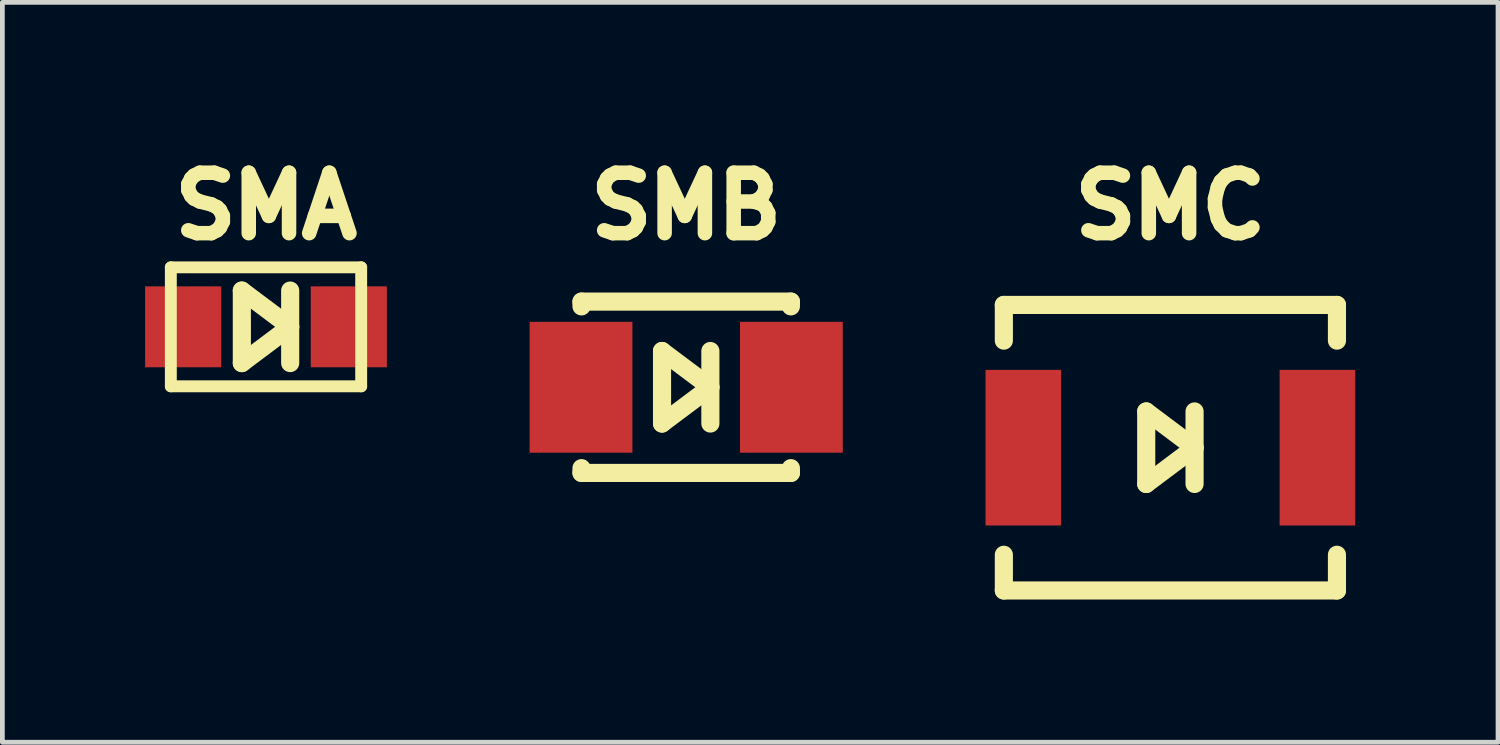
<source format=kicad_pcb>
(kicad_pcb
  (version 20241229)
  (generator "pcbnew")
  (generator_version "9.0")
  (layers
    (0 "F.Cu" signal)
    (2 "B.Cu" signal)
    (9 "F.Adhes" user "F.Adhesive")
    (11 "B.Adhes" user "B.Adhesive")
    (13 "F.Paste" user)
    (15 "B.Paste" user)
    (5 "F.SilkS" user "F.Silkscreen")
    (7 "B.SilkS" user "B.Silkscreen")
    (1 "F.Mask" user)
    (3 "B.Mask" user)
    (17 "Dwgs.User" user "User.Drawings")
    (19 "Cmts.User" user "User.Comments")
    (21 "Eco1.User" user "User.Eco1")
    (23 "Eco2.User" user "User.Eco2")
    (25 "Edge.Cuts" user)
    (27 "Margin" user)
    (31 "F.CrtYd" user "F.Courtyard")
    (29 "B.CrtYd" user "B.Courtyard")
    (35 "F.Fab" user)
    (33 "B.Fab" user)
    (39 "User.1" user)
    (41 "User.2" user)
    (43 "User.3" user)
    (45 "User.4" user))
  (footprint "SMA"
    (layer "F.Cu")
    (at 2.54 3.818)
    (property "Reference" "SMA" (at 0 -2.54 0) (layer "F.SilkS") (effects (font (size 1.27 1.27) (thickness 0.305))))
    (attr through_hole)
    (fp_line (start -2 -1.25) (end -2 1.25) (stroke (width 0.25) (type solid)) (layer "F.SilkS"))
    (fp_line (start -2 1.25) (end 2 1.25) (stroke (width 0.25) (type solid)) (layer "F.SilkS"))
    (fp_line (start -0.508 -0.762) (end -0.508 0.762) (stroke (width 0.381) (type solid)) (layer "F.SilkS"))
    (fp_line (start -0.508 0.762) (end 0.508 0) (stroke (width 0.381) (type solid)) (layer "F.SilkS"))
    (fp_line (start 0.508 -0.762) (end 0.508 0.762) (stroke (width 0.381) (type solid)) (layer "F.SilkS"))
    (fp_line (start 0.508 0) (end -0.508 -0.762) (stroke (width 0.381) (type solid)) (layer "F.SilkS"))
    (fp_line (start 2 -1.25) (end -2 -1.25) (stroke (width 0.25) (type solid)) (layer "F.SilkS"))
    (fp_line (start 2 1.25) (end 2 -1.25) (stroke (width 0.25) (type solid)) (layer "F.SilkS"))
    (pad "1" smd rect (at -1.74 0) (size 1.6 1.7) (layers "F.Cu" "F.Mask" "F.Paste"))
    (pad "2" smd rect (at 1.74 0) (size 1.6 1.7) (layers "F.Cu" "F.Mask" "F.Paste")))
  (footprint "SMC"
    (layer "F.Cu")
    (at 21.545 6.358)
    (property "Reference" "SMC" (at 0 -5.08 0) (layer "F.SilkS") (effects (font (size 1.27 1.27) (thickness 0.305))))
    (attr through_hole)
    (fp_line (start -3.5 -3) (end 3.5 -3) (stroke (width 0.381) (type solid)) (layer "F.SilkS"))
    (fp_line (start -3.5 -2.25) (end -3.5 -3) (stroke (width 0.381) (type solid)) (layer "F.SilkS"))
    (fp_line (start -3.5 2.25) (end -3.5 3) (stroke (width 0.381) (type solid)) (layer "F.SilkS"))
    (fp_line (start -3.5 3) (end 3.5 3) (stroke (width 0.381) (type solid)) (layer "F.SilkS"))
    (fp_line (start -0.508 -0.762) (end -0.508 0.762) (stroke (width 0.381) (type solid)) (layer "F.SilkS"))
    (fp_line (start -0.508 0.762) (end 0.508 0) (stroke (width 0.381) (type solid)) (layer "F.SilkS"))
    (fp_line (start 0.508 -0.762) (end 0.508 0.762) (stroke (width 0.381) (type solid)) (layer "F.SilkS"))
    (fp_line (start 0.508 0) (end -0.508 -0.762) (stroke (width 0.381) (type solid)) (layer "F.SilkS"))
    (fp_line (start 3.5 -3) (end 3.5 -2.25) (stroke (width 0.381) (type solid)) (layer "F.SilkS"))
    (fp_line (start 3.5 3) (end 3.5 2.25) (stroke (width 0.381) (type solid)) (layer "F.SilkS"))
    (pad "1" smd rect (at -3.09 0) (size 1.59 3.27) (layers "F.Cu" "F.Mask" "F.Paste"))
    (pad "2" smd rect (at 3.09 0) (size 1.59 3.27) (layers "F.Cu" "F.Mask" "F.Paste")))
  (footprint "SMB"
    (layer "F.Cu")
    (at 11.37 5.088)
    (property "Reference" "SMB" (at 0 -3.81 0) (layer "F.SilkS") (effects (font (size 1.27 1.27) (thickness 0.305))))
    (attr through_hole)
    (fp_line (start -2.2 -1.8) (end -2.2 -1.7) (stroke (width 0.381) (type solid)) (layer "F.SilkS"))
    (fp_line (start -2.2 -1.8) (end 2.2 -1.8) (stroke (width 0.381) (type solid)) (layer "F.SilkS"))
    (fp_line (start -2.2 1.8) (end -2.2 1.7) (stroke (width 0.381) (type solid)) (layer "F.SilkS"))
    (fp_line (start -2.2 1.8) (end 2.2 1.8) (stroke (width 0.381) (type solid)) (layer "F.SilkS"))
    (fp_line (start -0.508 -0.762) (end -0.508 0.762) (stroke (width 0.381) (type solid)) (layer "F.SilkS"))
    (fp_line (start -0.508 0.762) (end 0.508 0) (stroke (width 0.381) (type solid)) (layer "F.SilkS"))
    (fp_line (start 0.508 -0.762) (end 0.508 0.762) (stroke (width 0.381) (type solid)) (layer "F.SilkS"))
    (fp_line (start 0.508 0) (end -0.508 -0.762) (stroke (width 0.381) (type solid)) (layer "F.SilkS"))
    (fp_line (start 2.2 -1.8) (end 2.2 -1.7) (stroke (width 0.381) (type solid)) (layer "F.SilkS"))
    (fp_line (start 2.2 1.8) (end 2.2 1.7) (stroke (width 0.381) (type solid)) (layer "F.SilkS"))
    (pad "1" smd rect (at -2.21 0) (size 2.16 2.75) (layers "F.Cu" "F.Mask" "F.Paste"))
    (pad "2" smd rect (at 2.21 0) (size 2.16 2.75) (layers "F.Cu" "F.Mask" "F.Paste")))
  (gr_rect
    (start -3 -3)
    (end 28.43 12.548)
    (stroke (width 0.1) (type default))
    (fill no)
    (layer "Edge.Cuts")))
</source>
